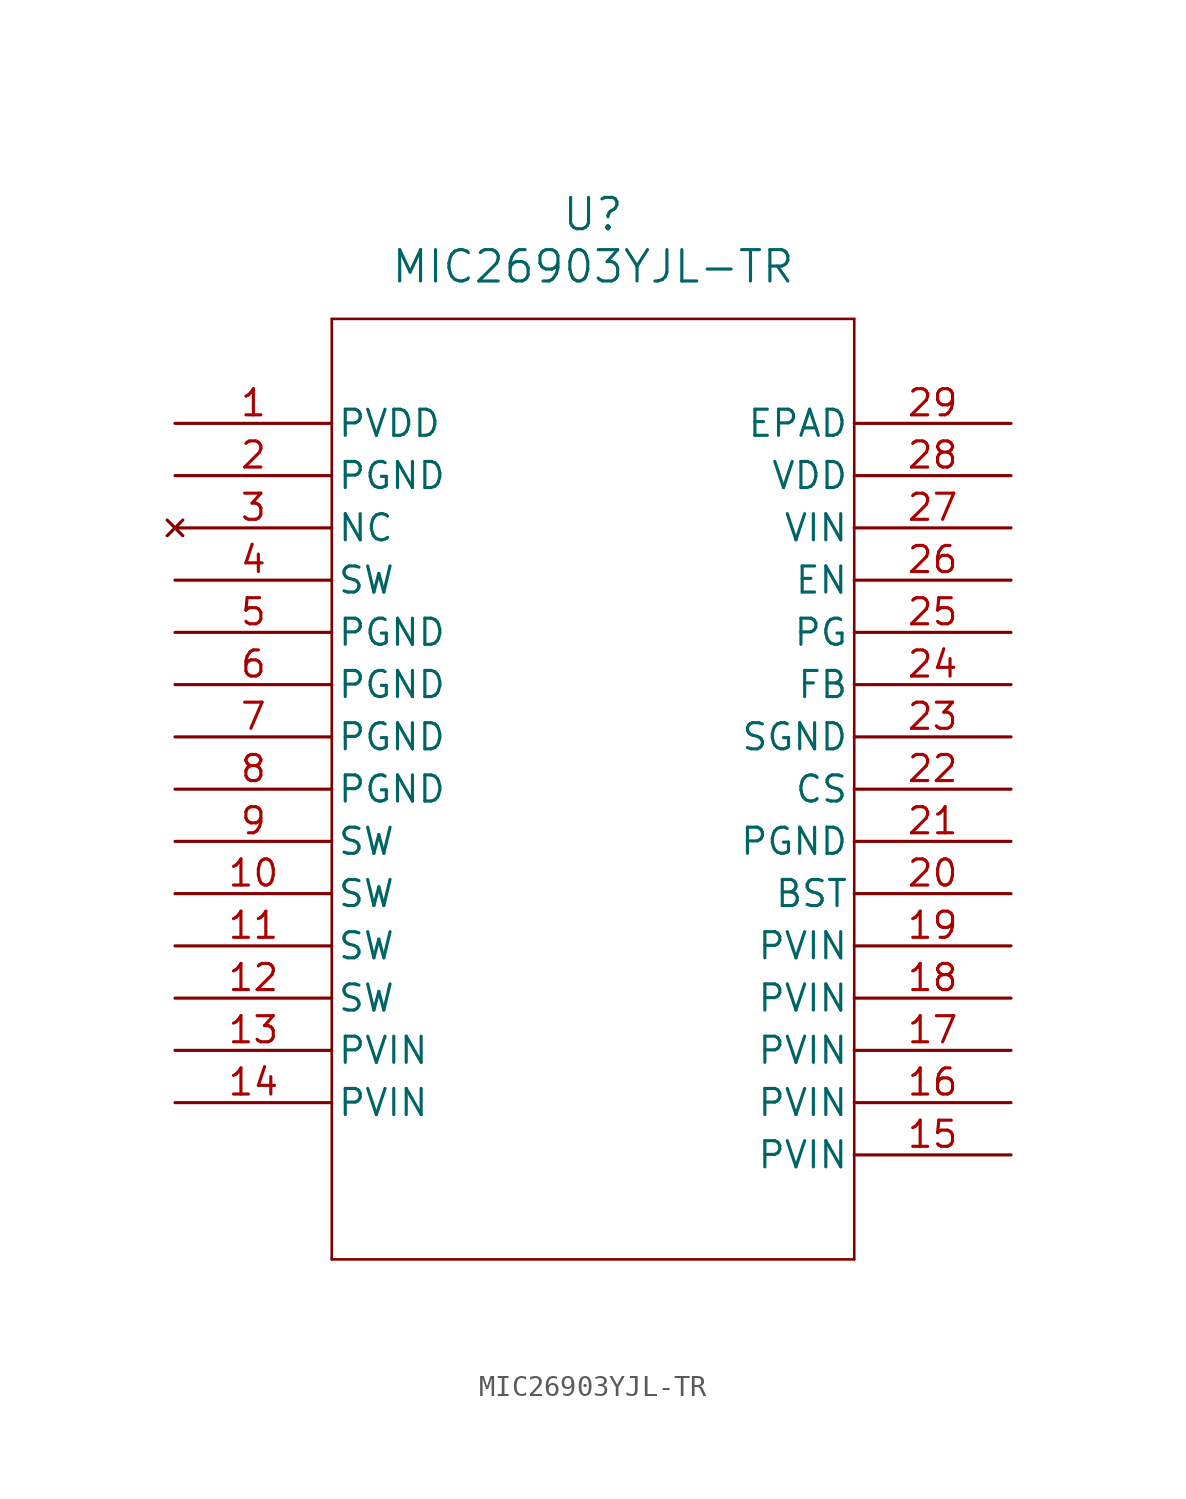
<source format=kicad_sym>
(kicad_symbol_lib
  (version 20211014)
  (generator kicad_symbol_editor)
  (symbol "MIC26903YJL-TR"
    (pin_names
      (offset 0.254))
    (property "Reference" "U"
      (at 20.32 10.16 0)
      (effects (font (size 1.524 1.524))))
    (property "Value" "MIC26903YJL-TR"
      (at 20.32 7.62 0)
      (effects (font (size 1.524 1.524))))
    (symbol "MIC26903YJL-TR_0_1"
      (polyline (pts (xy 7.62 5.08) (xy 7.62 -40.64)) (stroke (width 0.127) (type default) (color 0 0 0 0)) (fill (type none)))
      (polyline (pts (xy 7.62 -40.64) (xy 33.02 -40.64)) (stroke (width 0.127) (type default) (color 0 0 0 0)) (fill (type none)))
      (polyline (pts (xy 33.02 -40.64) (xy 33.02 5.08)) (stroke (width 0.127) (type default) (color 0 0 0 0)) (fill (type none)))
      (polyline (pts (xy 33.02 5.08) (xy 7.62 5.08)) (stroke (width 0.127) (type default) (color 0 0 0 0)) (fill (type none)))
      (pin power_in line (at 0 0 0) (length 7.62) (name "PVDD" (effects (font (size 1.27 1.27)))) (number "1" (effects (font (size 1.27 1.27)))))
      (pin power_in line (at 0 -2.54 0) (length 7.62) (name "PGND" (effects (font (size 1.27 1.27)))) (number "2" (effects (font (size 1.27 1.27)))))
      (pin no_connect line (at 0 -5.08 0) (length 7.62) (name "NC" (effects (font (size 1.27 1.27)))) (number "3" (effects (font (size 1.27 1.27)))))
      (pin output line (at 0 -7.62 0) (length 7.62) (name "SW" (effects (font (size 1.27 1.27)))) (number "4" (effects (font (size 1.27 1.27)))))
      (pin power_in line (at 0 -10.16 0) (length 7.62) (name "PGND" (effects (font (size 1.27 1.27)))) (number "5" (effects (font (size 1.27 1.27)))))
      (pin power_in line (at 0 -12.7 0) (length 7.62) (name "PGND" (effects (font (size 1.27 1.27)))) (number "6" (effects (font (size 1.27 1.27)))))
      (pin power_in line (at 0 -15.24 0) (length 7.62) (name "PGND" (effects (font (size 1.27 1.27)))) (number "7" (effects (font (size 1.27 1.27)))))
      (pin power_in line (at 0 -17.78 0) (length 7.62) (name "PGND" (effects (font (size 1.27 1.27)))) (number "8" (effects (font (size 1.27 1.27)))))
      (pin output line (at 0 -20.32 0) (length 7.62) (name "SW" (effects (font (size 1.27 1.27)))) (number "9" (effects (font (size 1.27 1.27)))))
      (pin output line (at 0 -22.86 0) (length 7.62) (name "SW" (effects (font (size 1.27 1.27)))) (number "10" (effects (font (size 1.27 1.27)))))
      (pin output line (at 0 -25.4 0) (length 7.62) (name "SW" (effects (font (size 1.27 1.27)))) (number "11" (effects (font (size 1.27 1.27)))))
      (pin output line (at 0 -27.94 0) (length 7.62) (name "SW" (effects (font (size 1.27 1.27)))) (number "12" (effects (font (size 1.27 1.27)))))
      (pin input line (at 0 -30.48 0) (length 7.62) (name "PVIN" (effects (font (size 1.27 1.27)))) (number "13" (effects (font (size 1.27 1.27)))))
      (pin input line (at 0 -33.02 0) (length 7.62) (name "PVIN" (effects (font (size 1.27 1.27)))) (number "14" (effects (font (size 1.27 1.27)))))
      (pin input line (at 40.64 -35.56 180) (length 7.62) (name "PVIN" (effects (font (size 1.27 1.27)))) (number "15" (effects (font (size 1.27 1.27)))))
      (pin input line (at 40.64 -33.02 180) (length 7.62) (name "PVIN" (effects (font (size 1.27 1.27)))) (number "16" (effects (font (size 1.27 1.27)))))
      (pin input line (at 40.64 -30.48 180) (length 7.62) (name "PVIN" (effects (font (size 1.27 1.27)))) (number "17" (effects (font (size 1.27 1.27)))))
      (pin input line (at 40.64 -27.94 180) (length 7.62) (name "PVIN" (effects (font (size 1.27 1.27)))) (number "18" (effects (font (size 1.27 1.27)))))
      (pin input line (at 40.64 -25.4 180) (length 7.62) (name "PVIN" (effects (font (size 1.27 1.27)))) (number "19" (effects (font (size 1.27 1.27)))))
      (pin output line (at 40.64 -22.86 180) (length 7.62) (name "BST" (effects (font (size 1.27 1.27)))) (number "20" (effects (font (size 1.27 1.27)))))
      (pin power_in line (at 40.64 -20.32 180) (length 7.62) (name "PGND" (effects (font (size 1.27 1.27)))) (number "21" (effects (font (size 1.27 1.27)))))
      (pin input line (at 40.64 -17.78 180) (length 7.62) (name "CS" (effects (font (size 1.27 1.27)))) (number "22" (effects (font (size 1.27 1.27)))))
      (pin power_in line (at 40.64 -15.24 180) (length 7.62) (name "SGND" (effects (font (size 1.27 1.27)))) (number "23" (effects (font (size 1.27 1.27)))))
      (pin input line (at 40.64 -12.7 180) (length 7.62) (name "FB" (effects (font (size 1.27 1.27)))) (number "24" (effects (font (size 1.27 1.27)))))
      (pin output line (at 40.64 -10.16 180) (length 7.62) (name "PG" (effects (font (size 1.27 1.27)))) (number "25" (effects (font (size 1.27 1.27)))))
      (pin input line (at 40.64 -7.62 180) (length 7.62) (name "EN" (effects (font (size 1.27 1.27)))) (number "26" (effects (font (size 1.27 1.27)))))
      (pin input line (at 40.64 -5.08 180) (length 7.62) (name "VIN" (effects (font (size 1.27 1.27)))) (number "27" (effects (font (size 1.27 1.27)))))
      (pin power_in line (at 40.64 -2.54 180) (length 7.62) (name "VDD" (effects (font (size 1.27 1.27)))) (number "28" (effects (font (size 1.27 1.27)))))
      (pin unspecified line (at 40.64 0 180) (length 7.62) (name "EPAD" (effects (font (size 1.27 1.27)))) (number "29" (effects (font (size 1.27 1.27))))))))
</source>
